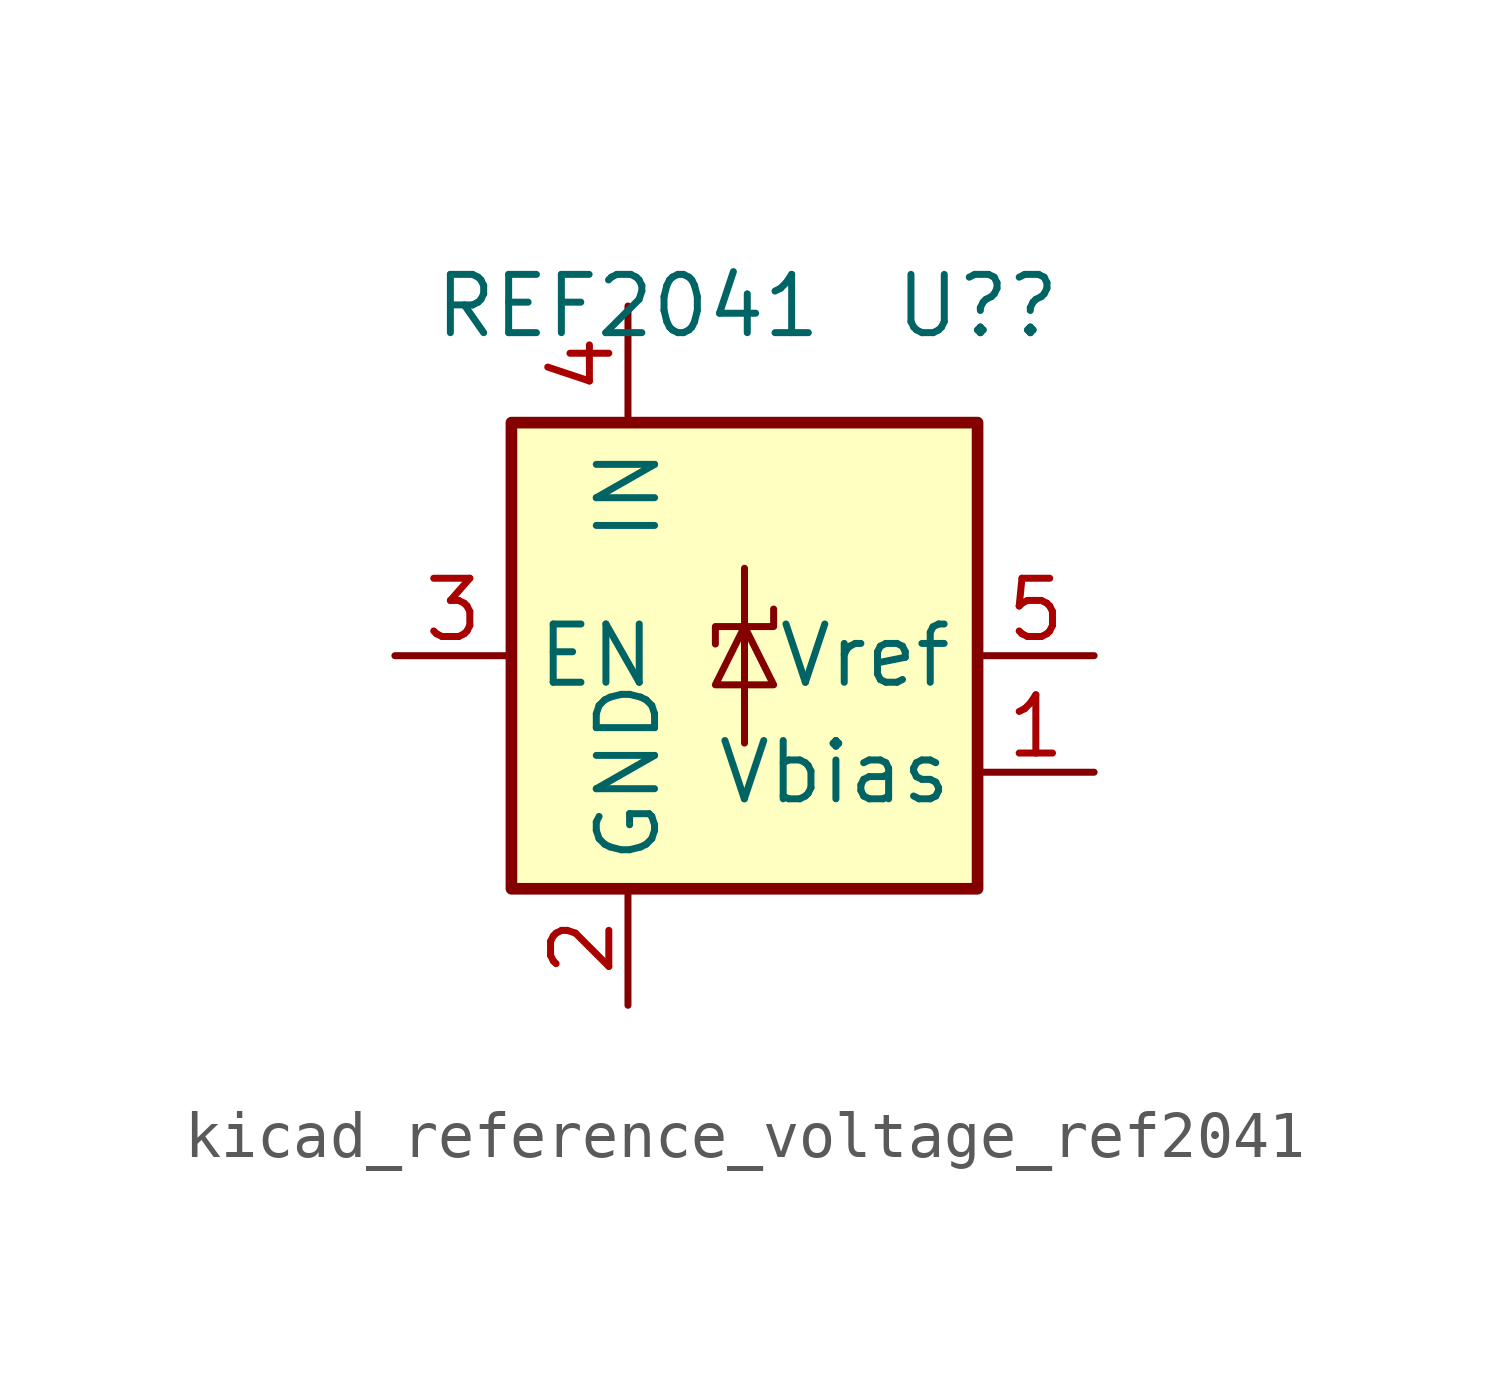
<source format=kicad_sym>
(kicad_symbol_lib
  (version 20220914)
  (generator kicad_symbol_editor)
  (symbol "kicad_reference_voltage_ref2041"
    (property "Reference" "U?"
      (at 5.08 7.62 0)
      (effects (font (size 1.27 1.27))))
    (property "Value" "REF2041"
      (at -2.54 7.62 0)
      (effects (font (size 1.27 1.27))))
    (symbol "kicad_reference_voltage_ref2041_0_1"
      (rectangle (start -5.08 5.08) (end 5.08 -5.08) (stroke (width 0.254) (type default)) (fill (type background)))
      (polyline (pts (xy 0 1.905) (xy 0 -1.905)) (stroke (width 0) (type default)) (fill (type none)))
      (polyline (pts (xy -0.635 -0.635) (xy 0.635 -0.635) (xy 0 0.635) (xy -0.635 -0.635)) (stroke (width 0) (type default)) (fill (type none)))
      (polyline (pts (xy 0.635 1.016) (xy 0.635 0.635) (xy -0.635 0.635) (xy -0.635 0.254)) (stroke (width 0) (type default)) (fill (type none))))
    (symbol "kicad_reference_voltage_ref2041_1_1"
      (pin output line (at 7.62 -2.54 180) (length 2.54) (name "Vbias" (effects (font (size 1.27 1.27)))) (number "1" (effects (font (size 1.27 1.27)))))
      (pin power_in line (at -2.54 -7.62 90) (length 2.54) (name "GND" (effects (font (size 1.27 1.27)))) (number "2" (effects (font (size 1.27 1.27)))))
      (pin input line (at -7.62 0 0) (length 2.54) (name "EN" (effects (font (size 1.27 1.27)))) (number "3" (effects (font (size 1.27 1.27)))))
      (pin power_in line (at -2.54 7.62 270) (length 2.54) (name "IN" (effects (font (size 1.27 1.27)))) (number "4" (effects (font (size 1.27 1.27)))))
      (pin output line (at 7.62 0 180) (length 2.54) (name "Vref" (effects (font (size 1.27 1.27)))) (number "5" (effects (font (size 1.27 1.27))))))))
</source>
